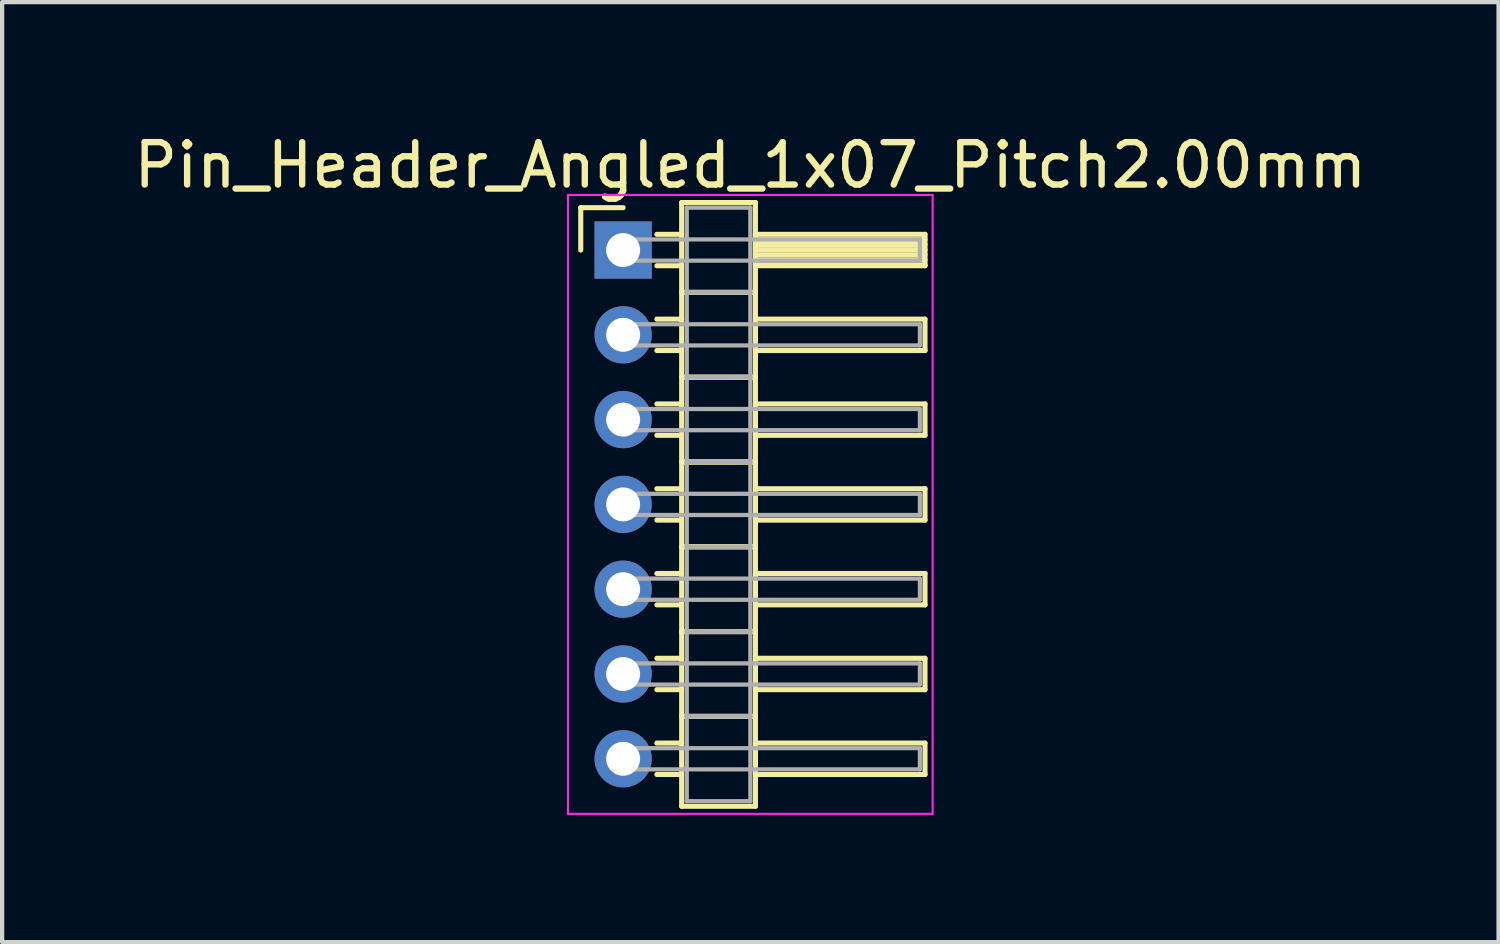
<source format=kicad_pcb>
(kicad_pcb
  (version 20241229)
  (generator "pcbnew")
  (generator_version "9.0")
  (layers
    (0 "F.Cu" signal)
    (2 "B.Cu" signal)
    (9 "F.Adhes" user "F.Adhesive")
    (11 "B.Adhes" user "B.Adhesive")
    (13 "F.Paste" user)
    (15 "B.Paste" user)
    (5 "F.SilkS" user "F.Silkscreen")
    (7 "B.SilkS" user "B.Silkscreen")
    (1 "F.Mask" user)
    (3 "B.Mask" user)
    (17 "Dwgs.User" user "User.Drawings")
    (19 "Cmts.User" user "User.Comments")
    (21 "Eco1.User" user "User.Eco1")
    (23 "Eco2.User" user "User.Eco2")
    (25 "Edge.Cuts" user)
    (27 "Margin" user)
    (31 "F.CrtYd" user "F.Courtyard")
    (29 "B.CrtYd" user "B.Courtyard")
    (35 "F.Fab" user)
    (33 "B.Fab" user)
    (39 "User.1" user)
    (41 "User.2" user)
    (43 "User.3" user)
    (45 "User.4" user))
  (footprint "Pin_Header_Angled_1x07_Pitch2.00mm"
    (layer "F.Cu")
    (at 11.649 2.848)
    (property "Reference" "Pin_Header_Angled_1x07_Pitch2.00mm" (at 3 -2 0) (layer "F.SilkS") (effects (font (size 1 1) (thickness 0.15))))
    (attr through_hole)
    (fp_line (start -1 -1) (end 0 -1) (stroke (width 0.12) (type solid)) (layer "F.SilkS"))
    (fp_line (start -1 0) (end -1 -1) (stroke (width 0.12) (type solid)) (layer "F.SilkS"))
    (fp_line (start 0.795 -0.37) (end 1.38 -0.37) (stroke (width 0.12) (type solid)) (layer "F.SilkS"))
    (fp_line (start 0.795 0.37) (end 1.38 0.37) (stroke (width 0.12) (type solid)) (layer "F.SilkS"))
    (fp_line (start 0.795 1.63) (end 1.38 1.63) (stroke (width 0.12) (type solid)) (layer "F.SilkS"))
    (fp_line (start 0.795 2.37) (end 1.38 2.37) (stroke (width 0.12) (type solid)) (layer "F.SilkS"))
    (fp_line (start 0.795 3.63) (end 1.38 3.63) (stroke (width 0.12) (type solid)) (layer "F.SilkS"))
    (fp_line (start 0.795 4.37) (end 1.38 4.37) (stroke (width 0.12) (type solid)) (layer "F.SilkS"))
    (fp_line (start 0.795 5.63) (end 1.38 5.63) (stroke (width 0.12) (type solid)) (layer "F.SilkS"))
    (fp_line (start 0.795 6.37) (end 1.38 6.37) (stroke (width 0.12) (type solid)) (layer "F.SilkS"))
    (fp_line (start 0.795 7.63) (end 1.38 7.63) (stroke (width 0.12) (type solid)) (layer "F.SilkS"))
    (fp_line (start 0.795 8.37) (end 1.38 8.37) (stroke (width 0.12) (type solid)) (layer "F.SilkS"))
    (fp_line (start 0.795 9.63) (end 1.38 9.63) (stroke (width 0.12) (type solid)) (layer "F.SilkS"))
    (fp_line (start 0.795 10.37) (end 1.38 10.37) (stroke (width 0.12) (type solid)) (layer "F.SilkS"))
    (fp_line (start 0.795 11.63) (end 1.38 11.63) (stroke (width 0.12) (type solid)) (layer "F.SilkS"))
    (fp_line (start 0.795 12.37) (end 1.38 12.37) (stroke (width 0.12) (type solid)) (layer "F.SilkS"))
    (fp_line (start 1.38 -1.12) (end 1.38 1) (stroke (width 0.12) (type solid)) (layer "F.SilkS"))
    (fp_line (start 1.38 1) (end 1.38 3) (stroke (width 0.12) (type solid)) (layer "F.SilkS"))
    (fp_line (start 1.38 1) (end 3.12 1) (stroke (width 0.12) (type solid)) (layer "F.SilkS"))
    (fp_line (start 1.38 3) (end 1.38 5) (stroke (width 0.12) (type solid)) (layer "F.SilkS"))
    (fp_line (start 1.38 3) (end 3.12 3) (stroke (width 0.12) (type solid)) (layer "F.SilkS"))
    (fp_line (start 1.38 5) (end 1.38 7) (stroke (width 0.12) (type solid)) (layer "F.SilkS"))
    (fp_line (start 1.38 5) (end 3.12 5) (stroke (width 0.12) (type solid)) (layer "F.SilkS"))
    (fp_line (start 1.38 7) (end 1.38 9) (stroke (width 0.12) (type solid)) (layer "F.SilkS"))
    (fp_line (start 1.38 7) (end 3.12 7) (stroke (width 0.12) (type solid)) (layer "F.SilkS"))
    (fp_line (start 1.38 9) (end 1.38 11) (stroke (width 0.12) (type solid)) (layer "F.SilkS"))
    (fp_line (start 1.38 9) (end 3.12 9) (stroke (width 0.12) (type solid)) (layer "F.SilkS"))
    (fp_line (start 1.38 11) (end 1.38 13.12) (stroke (width 0.12) (type solid)) (layer "F.SilkS"))
    (fp_line (start 1.38 11) (end 3.12 11) (stroke (width 0.12) (type solid)) (layer "F.SilkS"))
    (fp_line (start 1.38 13.12) (end 3.12 13.12) (stroke (width 0.12) (type solid)) (layer "F.SilkS"))
    (fp_line (start 3.12 -1.12) (end 1.38 -1.12) (stroke (width 0.12) (type solid)) (layer "F.SilkS"))
    (fp_line (start 3.12 -0.37) (end 3.12 0.37) (stroke (width 0.12) (type solid)) (layer "F.SilkS"))
    (fp_line (start 3.12 -0.25) (end 7.12 -0.25) (stroke (width 0.12) (type solid)) (layer "F.SilkS"))
    (fp_line (start 3.12 -0.13) (end 7.12 -0.13) (stroke (width 0.12) (type solid)) (layer "F.SilkS"))
    (fp_line (start 3.12 -0.01) (end 7.12 -0.01) (stroke (width 0.12) (type solid)) (layer "F.SilkS"))
    (fp_line (start 3.12 0.11) (end 7.12 0.11) (stroke (width 0.12) (type solid)) (layer "F.SilkS"))
    (fp_line (start 3.12 0.23) (end 7.12 0.23) (stroke (width 0.12) (type solid)) (layer "F.SilkS"))
    (fp_line (start 3.12 0.35) (end 7.12 0.35) (stroke (width 0.12) (type solid)) (layer "F.SilkS"))
    (fp_line (start 3.12 0.37) (end 7.12 0.37) (stroke (width 0.12) (type solid)) (layer "F.SilkS"))
    (fp_line (start 3.12 1) (end 1.38 1) (stroke (width 0.12) (type solid)) (layer "F.SilkS"))
    (fp_line (start 3.12 1) (end 3.12 -1.12) (stroke (width 0.12) (type solid)) (layer "F.SilkS"))
    (fp_line (start 3.12 1.63) (end 3.12 2.37) (stroke (width 0.12) (type solid)) (layer "F.SilkS"))
    (fp_line (start 3.12 2.37) (end 7.12 2.37) (stroke (width 0.12) (type solid)) (layer "F.SilkS"))
    (fp_line (start 3.12 3) (end 1.38 3) (stroke (width 0.12) (type solid)) (layer "F.SilkS"))
    (fp_line (start 3.12 3) (end 3.12 1) (stroke (width 0.12) (type solid)) (layer "F.SilkS"))
    (fp_line (start 3.12 3.63) (end 3.12 4.37) (stroke (width 0.12) (type solid)) (layer "F.SilkS"))
    (fp_line (start 3.12 4.37) (end 7.12 4.37) (stroke (width 0.12) (type solid)) (layer "F.SilkS"))
    (fp_line (start 3.12 5) (end 1.38 5) (stroke (width 0.12) (type solid)) (layer "F.SilkS"))
    (fp_line (start 3.12 5) (end 3.12 3) (stroke (width 0.12) (type solid)) (layer "F.SilkS"))
    (fp_line (start 3.12 5.63) (end 3.12 6.37) (stroke (width 0.12) (type solid)) (layer "F.SilkS"))
    (fp_line (start 3.12 6.37) (end 7.12 6.37) (stroke (width 0.12) (type solid)) (layer "F.SilkS"))
    (fp_line (start 3.12 7) (end 1.38 7) (stroke (width 0.12) (type solid)) (layer "F.SilkS"))
    (fp_line (start 3.12 7) (end 3.12 5) (stroke (width 0.12) (type solid)) (layer "F.SilkS"))
    (fp_line (start 3.12 7.63) (end 3.12 8.37) (stroke (width 0.12) (type solid)) (layer "F.SilkS"))
    (fp_line (start 3.12 8.37) (end 7.12 8.37) (stroke (width 0.12) (type solid)) (layer "F.SilkS"))
    (fp_line (start 3.12 9) (end 1.38 9) (stroke (width 0.12) (type solid)) (layer "F.SilkS"))
    (fp_line (start 3.12 9) (end 3.12 7) (stroke (width 0.12) (type solid)) (layer "F.SilkS"))
    (fp_line (start 3.12 9.63) (end 3.12 10.37) (stroke (width 0.12) (type solid)) (layer "F.SilkS"))
    (fp_line (start 3.12 10.37) (end 7.12 10.37) (stroke (width 0.12) (type solid)) (layer "F.SilkS"))
    (fp_line (start 3.12 11) (end 1.38 11) (stroke (width 0.12) (type solid)) (layer "F.SilkS"))
    (fp_line (start 3.12 11) (end 3.12 9) (stroke (width 0.12) (type solid)) (layer "F.SilkS"))
    (fp_line (start 3.12 11.63) (end 3.12 12.37) (stroke (width 0.12) (type solid)) (layer "F.SilkS"))
    (fp_line (start 3.12 12.37) (end 7.12 12.37) (stroke (width 0.12) (type solid)) (layer "F.SilkS"))
    (fp_line (start 3.12 13.12) (end 3.12 11) (stroke (width 0.12) (type solid)) (layer "F.SilkS"))
    (fp_line (start 7.12 -0.37) (end 3.12 -0.37) (stroke (width 0.12) (type solid)) (layer "F.SilkS"))
    (fp_line (start 7.12 0.37) (end 7.12 -0.37) (stroke (width 0.12) (type solid)) (layer "F.SilkS"))
    (fp_line (start 7.12 1.63) (end 3.12 1.63) (stroke (width 0.12) (type solid)) (layer "F.SilkS"))
    (fp_line (start 7.12 2.37) (end 7.12 1.63) (stroke (width 0.12) (type solid)) (layer "F.SilkS"))
    (fp_line (start 7.12 3.63) (end 3.12 3.63) (stroke (width 0.12) (type solid)) (layer "F.SilkS"))
    (fp_line (start 7.12 4.37) (end 7.12 3.63) (stroke (width 0.12) (type solid)) (layer "F.SilkS"))
    (fp_line (start 7.12 5.63) (end 3.12 5.63) (stroke (width 0.12) (type solid)) (layer "F.SilkS"))
    (fp_line (start 7.12 6.37) (end 7.12 5.63) (stroke (width 0.12) (type solid)) (layer "F.SilkS"))
    (fp_line (start 7.12 7.63) (end 3.12 7.63) (stroke (width 0.12) (type solid)) (layer "F.SilkS"))
    (fp_line (start 7.12 8.37) (end 7.12 7.63) (stroke (width 0.12) (type solid)) (layer "F.SilkS"))
    (fp_line (start 7.12 9.63) (end 3.12 9.63) (stroke (width 0.12) (type solid)) (layer "F.SilkS"))
    (fp_line (start 7.12 10.37) (end 7.12 9.63) (stroke (width 0.12) (type solid)) (layer "F.SilkS"))
    (fp_line (start 7.12 11.63) (end 3.12 11.63) (stroke (width 0.12) (type solid)) (layer "F.SilkS"))
    (fp_line (start 7.12 12.37) (end 7.12 11.63) (stroke (width 0.12) (type solid)) (layer "F.SilkS"))
    (fp_line (start -1.3 -1.3) (end -1.3 13.3) (stroke (width 0.05) (type solid)) (layer "F.CrtYd"))
    (fp_line (start -1.3 13.3) (end 7.3 13.3) (stroke (width 0.05) (type solid)) (layer "F.CrtYd"))
    (fp_line (start 7.3 -1.3) (end -1.3 -1.3) (stroke (width 0.05) (type solid)) (layer "F.CrtYd"))
    (fp_line (start 7.3 13.3) (end 7.3 -1.3) (stroke (width 0.05) (type solid)) (layer "F.CrtYd"))
    (fp_line (start 0 -0.25) (end 0 0.25) (stroke (width 0.1) (type solid)) (layer "F.Fab"))
    (fp_line (start 0 0.25) (end 7 0.25) (stroke (width 0.1) (type solid)) (layer "F.Fab"))
    (fp_line (start 0 1.75) (end 0 2.25) (stroke (width 0.1) (type solid)) (layer "F.Fab"))
    (fp_line (start 0 2.25) (end 7 2.25) (stroke (width 0.1) (type solid)) (layer "F.Fab"))
    (fp_line (start 0 3.75) (end 0 4.25) (stroke (width 0.1) (type solid)) (layer "F.Fab"))
    (fp_line (start 0 4.25) (end 7 4.25) (stroke (width 0.1) (type solid)) (layer "F.Fab"))
    (fp_line (start 0 5.75) (end 0 6.25) (stroke (width 0.1) (type solid)) (layer "F.Fab"))
    (fp_line (start 0 6.25) (end 7 6.25) (stroke (width 0.1) (type solid)) (layer "F.Fab"))
    (fp_line (start 0 7.75) (end 0 8.25) (stroke (width 0.1) (type solid)) (layer "F.Fab"))
    (fp_line (start 0 8.25) (end 7 8.25) (stroke (width 0.1) (type solid)) (layer "F.Fab"))
    (fp_line (start 0 9.75) (end 0 10.25) (stroke (width 0.1) (type solid)) (layer "F.Fab"))
    (fp_line (start 0 10.25) (end 7 10.25) (stroke (width 0.1) (type solid)) (layer "F.Fab"))
    (fp_line (start 0 11.75) (end 0 12.25) (stroke (width 0.1) (type solid)) (layer "F.Fab"))
    (fp_line (start 0 12.25) (end 7 12.25) (stroke (width 0.1) (type solid)) (layer "F.Fab"))
    (fp_line (start 1.5 -1) (end 1.5 1) (stroke (width 0.1) (type solid)) (layer "F.Fab"))
    (fp_line (start 1.5 1) (end 1.5 3) (stroke (width 0.1) (type solid)) (layer "F.Fab"))
    (fp_line (start 1.5 1) (end 3 1) (stroke (width 0.1) (type solid)) (layer "F.Fab"))
    (fp_line (start 1.5 3) (end 1.5 5) (stroke (width 0.1) (type solid)) (layer "F.Fab"))
    (fp_line (start 1.5 3) (end 3 3) (stroke (width 0.1) (type solid)) (layer "F.Fab"))
    (fp_line (start 1.5 5) (end 1.5 7) (stroke (width 0.1) (type solid)) (layer "F.Fab"))
    (fp_line (start 1.5 5) (end 3 5) (stroke (width 0.1) (type solid)) (layer "F.Fab"))
    (fp_line (start 1.5 7) (end 1.5 9) (stroke (width 0.1) (type solid)) (layer "F.Fab"))
    (fp_line (start 1.5 7) (end 3 7) (stroke (width 0.1) (type solid)) (layer "F.Fab"))
    (fp_line (start 1.5 9) (end 1.5 11) (stroke (width 0.1) (type solid)) (layer "F.Fab"))
    (fp_line (start 1.5 9) (end 3 9) (stroke (width 0.1) (type solid)) (layer "F.Fab"))
    (fp_line (start 1.5 11) (end 1.5 13) (stroke (width 0.1) (type solid)) (layer "F.Fab"))
    (fp_line (start 1.5 11) (end 3 11) (stroke (width 0.1) (type solid)) (layer "F.Fab"))
    (fp_line (start 1.5 13) (end 3 13) (stroke (width 0.1) (type solid)) (layer "F.Fab"))
    (fp_line (start 3 -1) (end 1.5 -1) (stroke (width 0.1) (type solid)) (layer "F.Fab"))
    (fp_line (start 3 1) (end 1.5 1) (stroke (width 0.1) (type solid)) (layer "F.Fab"))
    (fp_line (start 3 1) (end 3 -1) (stroke (width 0.1) (type solid)) (layer "F.Fab"))
    (fp_line (start 3 3) (end 1.5 3) (stroke (width 0.1) (type solid)) (layer "F.Fab"))
    (fp_line (start 3 3) (end 3 1) (stroke (width 0.1) (type solid)) (layer "F.Fab"))
    (fp_line (start 3 5) (end 1.5 5) (stroke (width 0.1) (type solid)) (layer "F.Fab"))
    (fp_line (start 3 5) (end 3 3) (stroke (width 0.1) (type solid)) (layer "F.Fab"))
    (fp_line (start 3 7) (end 1.5 7) (stroke (width 0.1) (type solid)) (layer "F.Fab"))
    (fp_line (start 3 7) (end 3 5) (stroke (width 0.1) (type solid)) (layer "F.Fab"))
    (fp_line (start 3 9) (end 1.5 9) (stroke (width 0.1) (type solid)) (layer "F.Fab"))
    (fp_line (start 3 9) (end 3 7) (stroke (width 0.1) (type solid)) (layer "F.Fab"))
    (fp_line (start 3 11) (end 1.5 11) (stroke (width 0.1) (type solid)) (layer "F.Fab"))
    (fp_line (start 3 11) (end 3 9) (stroke (width 0.1) (type solid)) (layer "F.Fab"))
    (fp_line (start 3 13) (end 3 11) (stroke (width 0.1) (type solid)) (layer "F.Fab"))
    (fp_line (start 7 -0.25) (end 0 -0.25) (stroke (width 0.1) (type solid)) (layer "F.Fab"))
    (fp_line (start 7 0.25) (end 7 -0.25) (stroke (width 0.1) (type solid)) (layer "F.Fab"))
    (fp_line (start 7 1.75) (end 0 1.75) (stroke (width 0.1) (type solid)) (layer "F.Fab"))
    (fp_line (start 7 2.25) (end 7 1.75) (stroke (width 0.1) (type solid)) (layer "F.Fab"))
    (fp_line (start 7 3.75) (end 0 3.75) (stroke (width 0.1) (type solid)) (layer "F.Fab"))
    (fp_line (start 7 4.25) (end 7 3.75) (stroke (width 0.1) (type solid)) (layer "F.Fab"))
    (fp_line (start 7 5.75) (end 0 5.75) (stroke (width 0.1) (type solid)) (layer "F.Fab"))
    (fp_line (start 7 6.25) (end 7 5.75) (stroke (width 0.1) (type solid)) (layer "F.Fab"))
    (fp_line (start 7 7.75) (end 0 7.75) (stroke (width 0.1) (type solid)) (layer "F.Fab"))
    (fp_line (start 7 8.25) (end 7 7.75) (stroke (width 0.1) (type solid)) (layer "F.Fab"))
    (fp_line (start 7 9.75) (end 0 9.75) (stroke (width 0.1) (type solid)) (layer "F.Fab"))
    (fp_line (start 7 10.25) (end 7 9.75) (stroke (width 0.1) (type solid)) (layer "F.Fab"))
    (fp_line (start 7 11.75) (end 0 11.75) (stroke (width 0.1) (type solid)) (layer "F.Fab"))
    (fp_line (start 7 12.25) (end 7 11.75) (stroke (width 0.1) (type solid)) (layer "F.Fab"))
    (pad "1" thru_hole rect (at 0 0) (size 1.35 1.35) (drill 0.8) (layers "*.Cu" "*.Mask"))
    (pad "2" thru_hole oval (at 0 2) (size 1.35 1.35) (drill 0.8) (layers "*.Cu" "*.Mask"))
    (pad "3" thru_hole oval (at 0 4) (size 1.35 1.35) (drill 0.8) (layers "*.Cu" "*.Mask"))
    (pad "4" thru_hole oval (at 0 6) (size 1.35 1.35) (drill 0.8) (layers "*.Cu" "*.Mask"))
    (pad "5" thru_hole oval (at 0 8) (size 1.35 1.35) (drill 0.8) (layers "*.Cu" "*.Mask"))
    (pad "6" thru_hole oval (at 0 10) (size 1.35 1.35) (drill 0.8) (layers "*.Cu" "*.Mask"))
    (pad "7" thru_hole oval (at 0 12) (size 1.35 1.35) (drill 0.8) (layers "*.Cu" "*.Mask")))
  (gr_rect
    (start -3 -3)
    (end 32.298 19.173)
    (stroke (width 0.1) (type default))
    (fill no)
    (layer "Edge.Cuts")))
</source>
